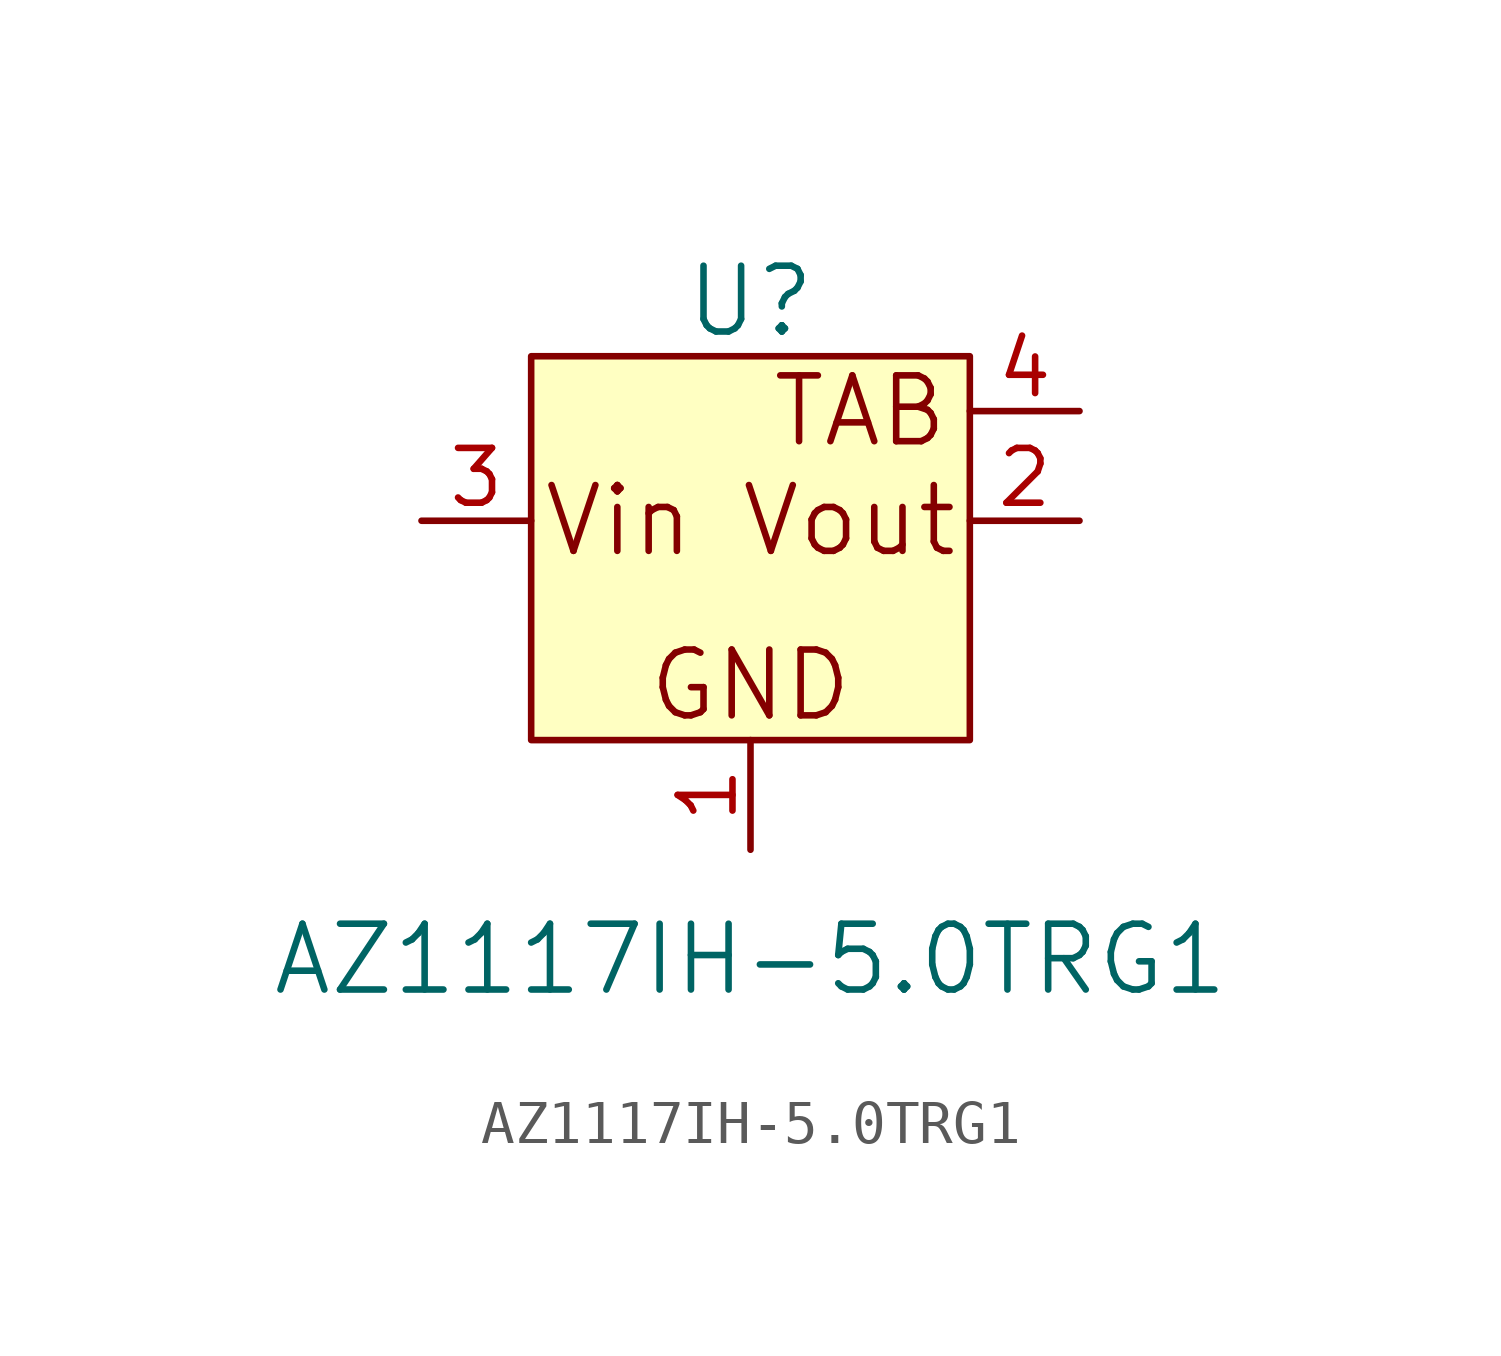
<source format=kicad_sym>
(kicad_symbol_lib
  (version 20220914)
  (generator kicad_symbol_editor)
  (symbol "AZ1117IH-5.0TRG1"
    (pin_names
      (offset 0) hide)
    (property "Reference" "U"
      (at 0 5.08 0)
      (effects (font (size 1.524 1.524))))
    (property "Value" "AZ1117IH-5.0TRG1"
      (at 0 -10.16 0)
      (effects (font (size 1.524 1.524))))
    (symbol "AZ1117IH-5.0TRG1_0_0"
      (rectangle (start -5.08 -5.08) (end 5.08 3.81) (stroke (width 0) (type default)) (fill (type background)))
      (text "GND" (at 0 -3.81 0) (effects (font (size 1.524 1.524))))
      (text "TAB" (at 2.54 2.54 0) (effects (font (size 1.524 1.524))))
      (text "Vin" (at -3.048 0 0) (effects (font (size 1.524 1.524))))
      (text "Vout" (at 2.286 0 0) (effects (font (size 1.524 1.524)))))
    (symbol "AZ1117IH-5.0TRG1_1_1"
      (pin input line (at 0 -7.62 90) (length 2.54) (name "GND" (effects (font (size 1.27 1.27)))) (number "1" (effects (font (size 1.27 1.27)))))
      (pin input line (at 7.62 0 180) (length 2.54) (name "Vout" (effects (font (size 1.27 1.27)))) (number "2" (effects (font (size 1.27 1.27)))))
      (pin input line (at -7.62 0 0) (length 2.54) (name "Vin" (effects (font (size 1.27 1.27)))) (number "3" (effects (font (size 1.27 1.27)))))
      (pin input line (at 7.62 2.54 180) (length 2.54) (name "Vout_(TAB)" (effects (font (size 1.27 1.27)))) (number "4" (effects (font (size 1.27 1.27))))))))
</source>
